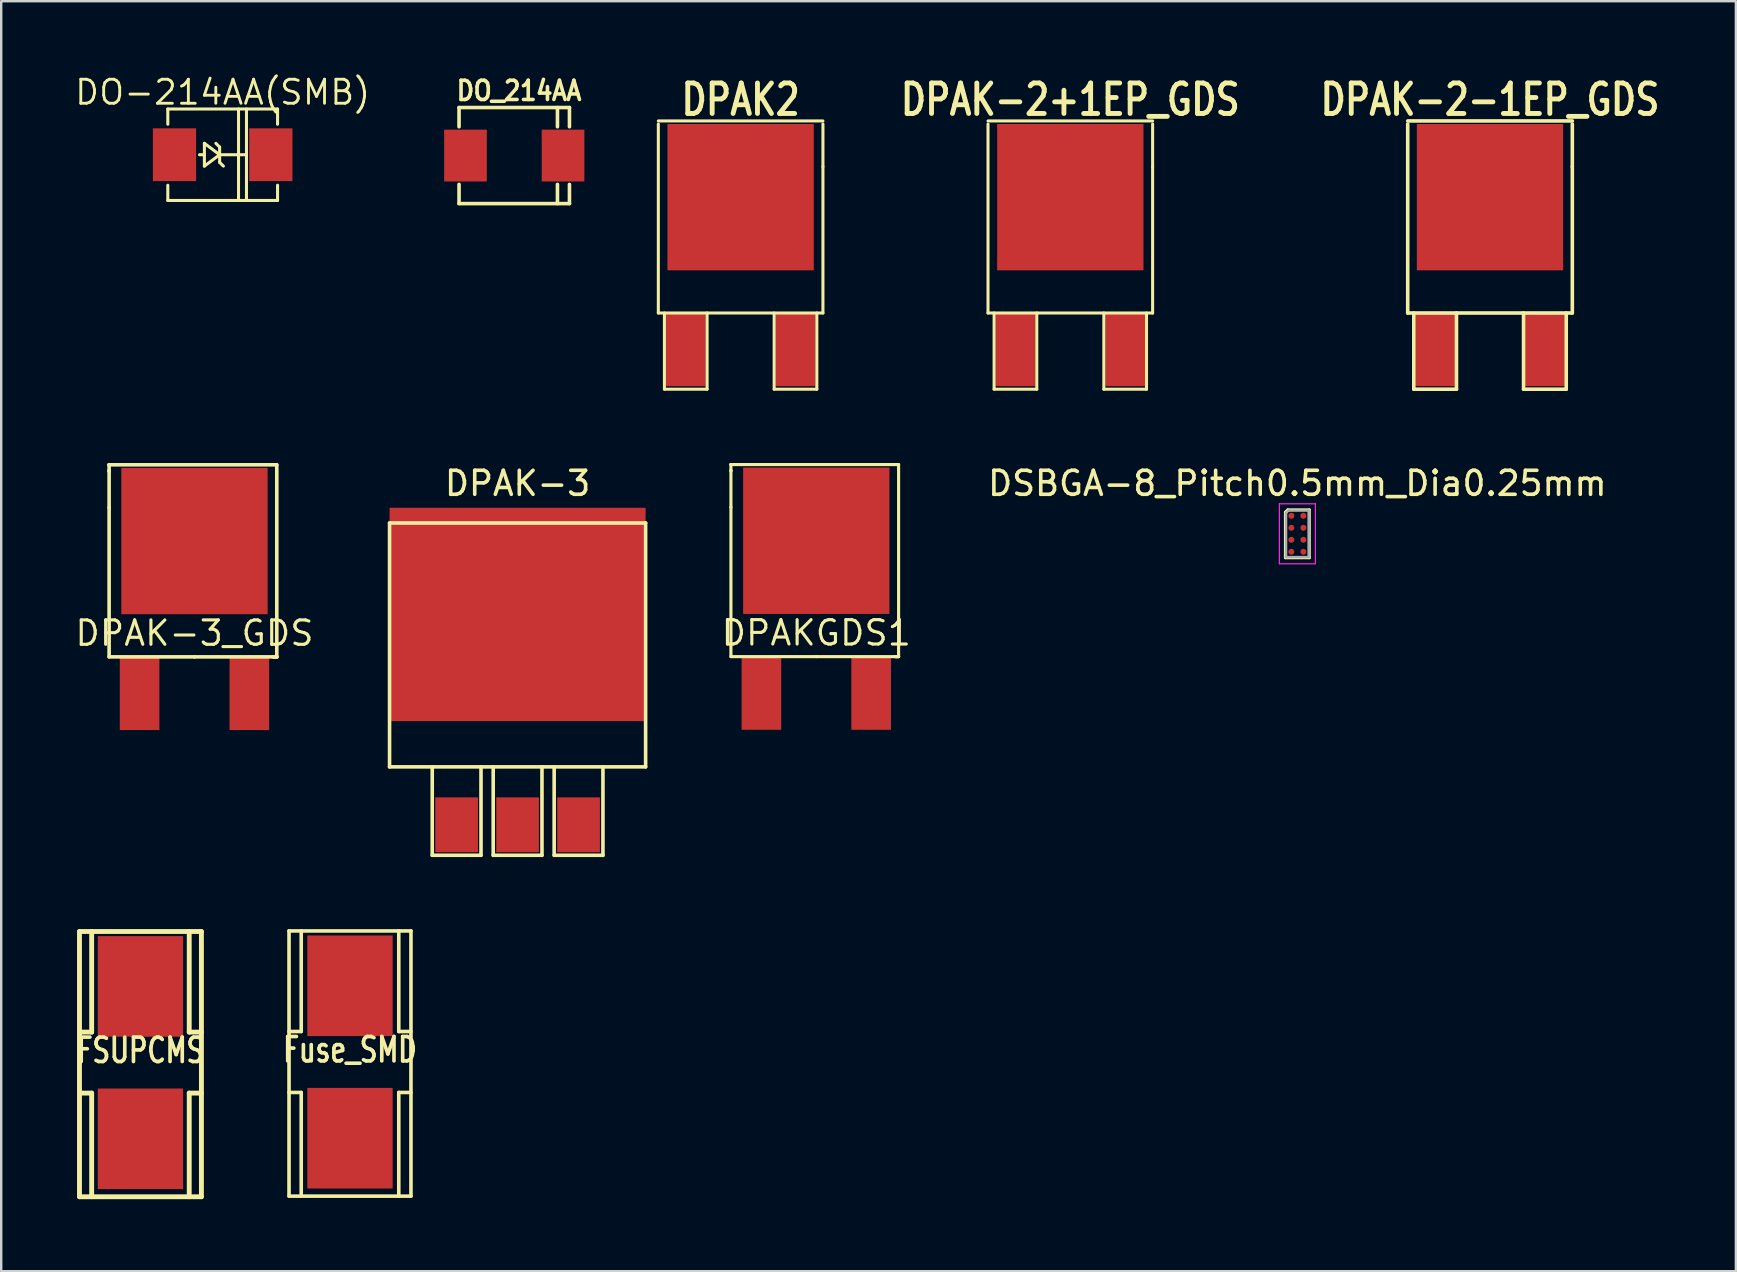
<source format=kicad_pcb>
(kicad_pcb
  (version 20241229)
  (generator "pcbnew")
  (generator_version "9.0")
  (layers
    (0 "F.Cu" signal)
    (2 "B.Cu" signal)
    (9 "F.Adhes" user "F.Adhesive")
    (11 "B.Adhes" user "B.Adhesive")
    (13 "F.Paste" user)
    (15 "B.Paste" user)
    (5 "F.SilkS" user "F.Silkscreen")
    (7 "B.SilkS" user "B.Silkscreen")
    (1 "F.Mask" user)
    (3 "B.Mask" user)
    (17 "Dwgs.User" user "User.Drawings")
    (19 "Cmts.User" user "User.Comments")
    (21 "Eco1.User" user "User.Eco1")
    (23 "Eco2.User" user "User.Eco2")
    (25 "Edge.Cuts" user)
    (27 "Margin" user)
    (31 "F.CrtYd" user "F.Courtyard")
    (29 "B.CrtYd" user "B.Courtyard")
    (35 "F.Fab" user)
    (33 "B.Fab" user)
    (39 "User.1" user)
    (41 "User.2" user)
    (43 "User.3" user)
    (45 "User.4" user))
  (footprint "DO-214AA(SMB)"
    (layer "F.Cu")
    (at 6.227 3.396)
    (property "Reference" "DO-214AA(SMB)" (at 0 -2.601 0) (layer "F.SilkS") (effects (font (size 1.001 1.001) (thickness 0.119))))
    (attr smd)
    (fp_line (start -2.286 -1.905) (end 2.286 -1.905) (stroke (width 0.127) (type solid)) (layer "F.SilkS"))
    (fp_line (start -2.286 -1.27) (end -2.286 -1.905) (stroke (width 0.127) (type solid)) (layer "F.SilkS"))
    (fp_line (start -2.286 1.27) (end -2.286 1.905) (stroke (width 0.127) (type solid)) (layer "F.SilkS"))
    (fp_line (start -2.286 1.905) (end 2.286 1.905) (stroke (width 0.127) (type solid)) (layer "F.SilkS"))
    (fp_line (start -0.762 -0.475) (end -0.762 0) (stroke (width 0.127) (type solid)) (layer "F.SilkS"))
    (fp_line (start -0.762 0) (end -0.965 0) (stroke (width 0.127) (type solid)) (layer "F.SilkS"))
    (fp_line (start -0.762 0) (end -0.762 0.475) (stroke (width 0.127) (type solid)) (layer "F.SilkS"))
    (fp_line (start -0.762 0.475) (end -0.127 0) (stroke (width 0.127) (type solid)) (layer "F.SilkS"))
    (fp_line (start -0.127 -0.318) (end -0.284 -0.475) (stroke (width 0.127) (type solid)) (layer "F.SilkS"))
    (fp_line (start -0.127 0) (end -0.762 -0.475) (stroke (width 0.127) (type solid)) (layer "F.SilkS"))
    (fp_line (start -0.127 0) (end -0.127 -0.318) (stroke (width 0.127) (type solid)) (layer "F.SilkS"))
    (fp_line (start -0.127 0) (end -0.127 0.318) (stroke (width 0.127) (type solid)) (layer "F.SilkS"))
    (fp_line (start -0.127 0) (end 0.983 0) (stroke (width 0.127) (type solid)) (layer "F.SilkS"))
    (fp_line (start -0.127 0.318) (end 0.03 0.475) (stroke (width 0.127) (type solid)) (layer "F.SilkS"))
    (fp_line (start 0.66 1.905) (end 0.66 -1.905) (stroke (width 0.127) (type solid)) (layer "F.SilkS"))
    (fp_line (start 0.991 1.905) (end 0.991 -1.905) (stroke (width 0.127) (type solid)) (layer "F.SilkS"))
    (fp_line (start 2.286 -1.905) (end 2.286 -1.27) (stroke (width 0.127) (type solid)) (layer "F.SilkS"))
    (fp_line (start 2.286 1.905) (end 2.286 1.27) (stroke (width 0.127) (type solid)) (layer "F.SilkS"))
    (pad "1" smd rect (at -2.007 0) (size 1.801 2.2) (layers "F.Cu" "F.Mask" "F.Paste"))
    (pad "2" smd rect (at 2.007 0) (size 1.801 2.2) (layers "F.Cu" "F.Mask" "F.Paste")))
  (footprint "DO_214AA"
    (layer "F.Cu")
    (at 18.374 3.431)
    (property "Reference" "DO_214AA" (at 0.2 -2.7 0) (layer "F.SilkS") (effects (font (size 0.8 0.7) (thickness 0.15))))
    (attr smd)
    (fp_line (start -2.3 -2) (end 2.3 -2) (stroke (width 0.15) (type solid)) (layer "F.SilkS"))
    (fp_line (start -2.3 -1.2) (end -2.3 -2) (stroke (width 0.15) (type solid)) (layer "F.SilkS"))
    (fp_line (start -2.3 1.2) (end -2.3 2) (stroke (width 0.15) (type solid)) (layer "F.SilkS"))
    (fp_line (start -2.3 2) (end 2.3 2) (stroke (width 0.15) (type solid)) (layer "F.SilkS"))
    (fp_line (start 1.8 -2) (end 1.8 -1.2) (stroke (width 0.15) (type solid)) (layer "F.SilkS"))
    (fp_line (start 1.8 2) (end 1.8 1.2) (stroke (width 0.15) (type solid)) (layer "F.SilkS"))
    (fp_line (start 2.3 -2) (end 2.3 -1.2) (stroke (width 0.15) (type solid)) (layer "F.SilkS"))
    (fp_line (start 2.3 2) (end 2.3 1.2) (stroke (width 0.15) (type solid)) (layer "F.SilkS"))
    (pad "1" smd rect (at -2.032 0) (size 1.778 2.159) (layers "F.Cu" "F.Mask" "F.Paste"))
    (pad "2" smd rect (at 2.032 0) (size 1.778 2.159) (layers "F.Cu" "F.Mask" "F.Paste")))
  (footprint "DSBGA-8_Pitch0.5mm_Dia0.25mm"
    (layer "F.Cu")
    (at 50.999 19.188)
    (property "Reference" "DSBGA-8_Pitch0.5mm_Dia0.25mm" (at 0 -2.1 0) (layer "F.SilkS") (effects (font (size 1 1) (thickness 0.15))))
    (attr smd)
    (fp_line (start -0.5 -0.9) (end -0.5 1) (stroke (width 0.12) (type solid)) (layer "F.SilkS"))
    (fp_line (start -0.5 -0.9) (end -0.4 -1) (stroke (width 0.12) (type solid)) (layer "F.SilkS"))
    (fp_line (start -0.5 1) (end 0.5 1) (stroke (width 0.12) (type solid)) (layer "F.SilkS"))
    (fp_line (start 0.5 -1) (end -0.4 -1) (stroke (width 0.12) (type solid)) (layer "F.SilkS"))
    (fp_line (start 0.5 1) (end 0.5 -1) (stroke (width 0.12) (type solid)) (layer "F.SilkS"))
    (fp_line (start -0.75 -1.25) (end -0.75 1.25) (stroke (width 0.05) (type solid)) (layer "F.CrtYd"))
    (fp_line (start -0.75 1.25) (end 0.75 1.25) (stroke (width 0.05) (type solid)) (layer "F.CrtYd"))
    (fp_line (start 0.75 -1.25) (end -0.75 -1.25) (stroke (width 0.05) (type solid)) (layer "F.CrtYd"))
    (fp_line (start 0.75 1.25) (end 0.75 -1.25) (stroke (width 0.05) (type solid)) (layer "F.CrtYd"))
    (fp_line (start -0.47 -0.87) (end -0.47 0.97) (stroke (width 0.1) (type solid)) (layer "F.Fab"))
    (fp_line (start -0.47 -0.87) (end -0.37 -0.97) (stroke (width 0.1) (type solid)) (layer "F.Fab"))
    (fp_line (start -0.47 0.97) (end 0.47 0.97) (stroke (width 0.1) (type solid)) (layer "F.Fab"))
    (fp_line (start 0.47 -0.97) (end -0.37 -0.97) (stroke (width 0.1) (type solid)) (layer "F.Fab"))
    (fp_line (start 0.47 0.97) (end 0.47 -0.97) (stroke (width 0.1) (type solid)) (layer "F.Fab"))
    (pad "A1" smd circle (at -0.25 -0.75) (size 0.25 0.25) (layers "F.Cu" "F.Mask" "F.Paste"))
    (pad "A2" smd circle (at 0.25 -0.75) (size 0.25 0.25) (layers "F.Cu" "F.Mask" "F.Paste"))
    (pad "B1" smd circle (at -0.25 -0.25) (size 0.25 0.25) (layers "F.Cu" "F.Mask" "F.Paste"))
    (pad "B2" smd circle (at 0.25 -0.25) (size 0.25 0.25) (layers "F.Cu" "F.Mask" "F.Paste"))
    (pad "C1" smd circle (at -0.25 0.25) (size 0.25 0.25) (layers "F.Cu" "F.Mask" "F.Paste"))
    (pad "C2" smd circle (at 0.25 0.25) (size 0.25 0.25) (layers "F.Cu" "F.Mask" "F.Paste"))
    (pad "D1" smd circle (at -0.25 0.75) (size 0.25 0.25) (layers "F.Cu" "F.Mask" "F.Paste"))
    (pad "D2" smd circle (at 0.25 0.75) (size 0.25 0.25) (layers "F.Cu" "F.Mask" "F.Paste")))
  (footprint "Fuse_SMD"
    (layer "F.Cu")
    (at 11.531 41.193)
    (property "Reference" "Fuse_SMD" (at 0 -0.508 0) (layer "F.SilkS") (effects (font (size 1.016 0.762) (thickness 0.152))))
    (attr smd)
    (fp_line (start -2.54 -5.461) (end -2.54 5.588) (stroke (width 0.15) (type solid)) (layer "F.SilkS"))
    (fp_line (start -2.54 -5.461) (end 2.54 -5.461) (stroke (width 0.15) (type solid)) (layer "F.SilkS"))
    (fp_line (start -2.032 -5.461) (end -2.032 -1.27) (stroke (width 0.15) (type solid)) (layer "F.SilkS"))
    (fp_line (start -2.032 -1.27) (end -2.54 -1.27) (stroke (width 0.15) (type solid)) (layer "F.SilkS"))
    (fp_line (start -2.032 1.27) (end -2.54 1.27) (stroke (width 0.15) (type solid)) (layer "F.SilkS"))
    (fp_line (start -2.032 5.588) (end -2.032 1.27) (stroke (width 0.15) (type solid)) (layer "F.SilkS"))
    (fp_line (start 2.032 -5.461) (end 2.032 -1.27) (stroke (width 0.15) (type solid)) (layer "F.SilkS"))
    (fp_line (start 2.032 -1.27) (end 2.54 -1.27) (stroke (width 0.15) (type solid)) (layer "F.SilkS"))
    (fp_line (start 2.032 1.27) (end 2.54 1.27) (stroke (width 0.15) (type solid)) (layer "F.SilkS"))
    (fp_line (start 2.032 5.588) (end 2.032 1.27) (stroke (width 0.15) (type solid)) (layer "F.SilkS"))
    (fp_line (start 2.54 5.588) (end -2.54 5.588) (stroke (width 0.15) (type solid)) (layer "F.SilkS"))
    (fp_line (start 2.54 5.588) (end 2.54 -5.461) (stroke (width 0.15) (type solid)) (layer "F.SilkS"))
    (pad "1" smd rect (at 0 -3.175) (size 3.556 4.191) (layers "F.Cu" "F.Mask" "F.Paste"))
    (pad "2" smd rect (at 0 3.175) (size 3.556 4.191) (layers "F.Cu" "F.Mask" "F.Paste")))
  (footprint "FSUPCMS"
    (layer "F.Cu")
    (at 2.801 41.219)
    (property "Reference" "FSUPCMS" (at 0 -0.508 0) (layer "F.SilkS") (effects (font (size 1.016 0.762) (thickness 0.152))))
    (attr smd)
    (fp_line (start -2.54 -5.461) (end -2.54 5.588) (stroke (width 0.203) (type solid)) (layer "F.SilkS"))
    (fp_line (start -2.54 -5.461) (end 2.54 -5.461) (stroke (width 0.203) (type solid)) (layer "F.SilkS"))
    (fp_line (start -2.032 -5.461) (end -2.032 -1.27) (stroke (width 0.203) (type solid)) (layer "F.SilkS"))
    (fp_line (start -2.032 -1.27) (end -2.54 -1.27) (stroke (width 0.203) (type solid)) (layer "F.SilkS"))
    (fp_line (start -2.032 1.27) (end -2.54 1.27) (stroke (width 0.203) (type solid)) (layer "F.SilkS"))
    (fp_line (start -2.032 5.588) (end -2.032 1.27) (stroke (width 0.203) (type solid)) (layer "F.SilkS"))
    (fp_line (start 2.032 -5.461) (end 2.032 -1.27) (stroke (width 0.203) (type solid)) (layer "F.SilkS"))
    (fp_line (start 2.032 -1.27) (end 2.54 -1.27) (stroke (width 0.203) (type solid)) (layer "F.SilkS"))
    (fp_line (start 2.032 1.27) (end 2.54 1.27) (stroke (width 0.203) (type solid)) (layer "F.SilkS"))
    (fp_line (start 2.032 5.588) (end 2.032 1.27) (stroke (width 0.203) (type solid)) (layer "F.SilkS"))
    (fp_line (start 2.54 5.588) (end -2.54 5.588) (stroke (width 0.203) (type solid)) (layer "F.SilkS"))
    (fp_line (start 2.54 5.588) (end 2.54 -5.461) (stroke (width 0.203) (type solid)) (layer "F.SilkS"))
    (pad "1" smd rect (at 0 -3.175) (size 3.556 4.191) (layers "F.Cu" "F.Mask" "F.Paste"))
    (pad "2" smd rect (at 0 3.175) (size 3.556 4.191) (layers "F.Cu" "F.Mask" "F.Paste")))
  (footprint "DPAK-2+1EP_GDS"
    (layer "F.Cu")
    (at 41.54 11.514)
    (property "Reference" "DPAK-2+1EP_GDS" (at 0 -10.414 0) (layer "F.SilkS") (effects (font (size 1.27 1.016) (thickness 0.203))))
    (attr smd)
    (fp_line (start -3.429 -9.525) (end 3.429 -9.525) (stroke (width 0.127) (type solid)) (layer "F.SilkS"))
    (fp_line (start -3.429 -1.524) (end -3.429 -9.398) (stroke (width 0.127) (type solid)) (layer "F.SilkS"))
    (fp_line (start -3.175 -1.524) (end -3.175 1.651) (stroke (width 0.127) (type solid)) (layer "F.SilkS"))
    (fp_line (start -3.175 1.651) (end -1.397 1.651) (stroke (width 0.127) (type solid)) (layer "F.SilkS"))
    (fp_line (start -1.397 1.651) (end -1.397 -1.524) (stroke (width 0.127) (type solid)) (layer "F.SilkS"))
    (fp_line (start 1.397 -1.524) (end 1.397 1.651) (stroke (width 0.127) (type solid)) (layer "F.SilkS"))
    (fp_line (start 1.397 1.651) (end 3.175 1.651) (stroke (width 0.127) (type solid)) (layer "F.SilkS"))
    (fp_line (start 3.175 1.651) (end 3.175 -1.524) (stroke (width 0.127) (type solid)) (layer "F.SilkS"))
    (fp_line (start 3.429 -9.398) (end 3.429 -7.62) (stroke (width 0.127) (type solid)) (layer "F.SilkS"))
    (fp_line (start 3.429 -7.62) (end 3.429 -1.524) (stroke (width 0.127) (type solid)) (layer "F.SilkS"))
    (fp_line (start 3.429 -1.524) (end -3.429 -1.524) (stroke (width 0.127) (type solid)) (layer "F.SilkS"))
    (pad "D" smd rect (at 0 -6.35) (size 6.096 6.096) (layers "F.Cu" "F.Mask" "F.Paste"))
    (pad "G" smd rect (at -2.286 0) (size 1.651 3.048) (layers "F.Cu" "F.Mask" "F.Paste"))
    (pad "S" smd rect (at 2.286 0) (size 1.651 3.048) (layers "F.Cu" "F.Mask" "F.Paste")))
  (footprint "DPAK2"
    (layer "F.Cu")
    (at 27.805 11.514)
    (property "Reference" "DPAK2" (at 0 -10.414 0) (layer "F.SilkS") (effects (font (size 1.27 1.016) (thickness 0.203))))
    (attr smd)
    (fp_line (start -3.429 -9.525) (end 3.429 -9.525) (stroke (width 0.127) (type solid)) (layer "F.SilkS"))
    (fp_line (start -3.429 -1.524) (end -3.429 -9.398) (stroke (width 0.127) (type solid)) (layer "F.SilkS"))
    (fp_line (start -3.175 -1.524) (end -3.175 1.651) (stroke (width 0.127) (type solid)) (layer "F.SilkS"))
    (fp_line (start -3.175 1.651) (end -1.397 1.651) (stroke (width 0.127) (type solid)) (layer "F.SilkS"))
    (fp_line (start -1.397 1.651) (end -1.397 -1.524) (stroke (width 0.127) (type solid)) (layer "F.SilkS"))
    (fp_line (start 1.397 -1.524) (end 1.397 1.651) (stroke (width 0.127) (type solid)) (layer "F.SilkS"))
    (fp_line (start 1.397 1.651) (end 3.175 1.651) (stroke (width 0.127) (type solid)) (layer "F.SilkS"))
    (fp_line (start 3.175 1.651) (end 3.175 -1.524) (stroke (width 0.127) (type solid)) (layer "F.SilkS"))
    (fp_line (start 3.429 -9.398) (end 3.429 -7.62) (stroke (width 0.127) (type solid)) (layer "F.SilkS"))
    (fp_line (start 3.429 -7.62) (end 3.429 -1.524) (stroke (width 0.127) (type solid)) (layer "F.SilkS"))
    (fp_line (start 3.429 -1.524) (end -3.429 -1.524) (stroke (width 0.127) (type solid)) (layer "F.SilkS"))
    (pad "1" smd rect (at -2.286 0) (size 1.651 3.048) (layers "F.Cu" "F.Mask" "F.Paste"))
    (pad "2" smd rect (at 0 -6.35) (size 6.096 6.096) (layers "F.Cu" "F.Mask" "F.Paste"))
    (pad "3" smd rect (at 2.286 0) (size 1.651 3.048) (layers "F.Cu" "F.Mask" "F.Paste")))
  (footprint "DPAK-2-1EP_GDS"
    (layer "F.Cu")
    (at 59.025 11.514)
    (property "Reference" "DPAK-2-1EP_GDS" (at 0 -10.414 0) (layer "F.SilkS") (effects (font (size 1.27 1.016) (thickness 0.203))))
    (attr smd)
    (fp_line (start -3.429 -9.525) (end 3.429 -9.525) (stroke (width 0.15) (type solid)) (layer "F.SilkS"))
    (fp_line (start -3.429 -1.524) (end -3.429 -9.398) (stroke (width 0.15) (type solid)) (layer "F.SilkS"))
    (fp_line (start -3.175 -1.524) (end -3.175 1.651) (stroke (width 0.15) (type solid)) (layer "F.SilkS"))
    (fp_line (start -3.175 1.651) (end -1.397 1.651) (stroke (width 0.15) (type solid)) (layer "F.SilkS"))
    (fp_line (start -1.397 1.651) (end -1.397 -1.524) (stroke (width 0.15) (type solid)) (layer "F.SilkS"))
    (fp_line (start 1.397 -1.524) (end 1.397 1.651) (stroke (width 0.15) (type solid)) (layer "F.SilkS"))
    (fp_line (start 1.397 1.651) (end 3.175 1.651) (stroke (width 0.15) (type solid)) (layer "F.SilkS"))
    (fp_line (start 3.175 1.651) (end 3.175 -1.524) (stroke (width 0.15) (type solid)) (layer "F.SilkS"))
    (fp_line (start 3.429 -9.398) (end 3.429 -7.62) (stroke (width 0.15) (type solid)) (layer "F.SilkS"))
    (fp_line (start 3.429 -7.62) (end 3.429 -1.524) (stroke (width 0.15) (type solid)) (layer "F.SilkS"))
    (fp_line (start 3.429 -1.524) (end -3.429 -1.524) (stroke (width 0.15) (type solid)) (layer "F.SilkS"))
    (pad "D" smd rect (at 0 -6.35) (size 6.096 6.096) (layers "F.Cu" "F.Mask" "F.Paste"))
    (pad "G" smd rect (at -2.286 0) (size 1.651 3.048) (layers "F.Cu" "F.Mask" "F.Paste"))
    (pad "S" smd rect (at 2.286 0) (size 1.651 3.048) (layers "F.Cu" "F.Mask" "F.Paste")))
  (footprint "DPAK-3_GDS"
    (layer "F.Cu")
    (at 5.052 23.427)
    (property "Reference" "DPAK-3_GDS" (at 0 -0.099 0) (layer "F.SilkS") (effects (font (size 1.016 1.016) (thickness 0.13))))
    (attr smd)
    (fp_line (start -3.556 -7.112) (end -3.556 -7.112) (stroke (width 0.15) (type solid)) (layer "F.SilkS"))
    (fp_line (start -3.556 -7.112) (end -3.556 -7.112) (stroke (width 0.15) (type solid)) (layer "F.SilkS"))
    (fp_line (start -3.556 -6.858) (end -3.556 -7.112) (stroke (width 0.15) (type solid)) (layer "F.SilkS"))
    (fp_line (start -3.556 -6.858) (end -3.556 -6.858) (stroke (width 0.15) (type solid)) (layer "F.SilkS"))
    (fp_line (start -3.556 -6.858) (end -3.556 -6.858) (stroke (width 0.15) (type solid)) (layer "F.SilkS"))
    (fp_line (start -3.556 -5.334) (end -3.556 -6.858) (stroke (width 0.15) (type solid)) (layer "F.SilkS"))
    (fp_line (start -3.556 -5.334) (end -3.556 0.889) (stroke (width 0.15) (type solid)) (layer "F.SilkS"))
    (fp_line (start -3.556 0.889) (end 0 0.889) (stroke (width 0.15) (type solid)) (layer "F.SilkS"))
    (fp_line (start 0 0.889) (end 3.429 0.889) (stroke (width 0.15) (type solid)) (layer "F.SilkS"))
    (fp_line (start 3.302 0.889) (end 3.302 0.889) (stroke (width 0.15) (type solid)) (layer "F.SilkS"))
    (fp_line (start 3.302 0.889) (end 3.429 0.889) (stroke (width 0.15) (type solid)) (layer "F.SilkS"))
    (fp_line (start 3.429 -7.112) (end -3.556 -7.112) (stroke (width 0.15) (type solid)) (layer "F.SilkS"))
    (fp_line (start 3.429 0.889) (end 3.302 0.889) (stroke (width 0.15) (type solid)) (layer "F.SilkS"))
    (fp_line (start 3.429 0.889) (end 3.429 -7.112) (stroke (width 0.15) (type solid)) (layer "F.SilkS"))
    (pad "D" smd rect (at 0 -3.937) (size 6.096 6.096) (layers "F.Cu" "F.Mask" "F.Paste"))
    (pad "G" smd rect (at -2.286 2.413) (size 1.651 3.048) (layers "F.Cu" "F.Mask" "F.Paste"))
    (pad "S" smd rect (at 2.286 2.413) (size 1.651 3.048) (layers "F.Cu" "F.Mask" "F.Paste")))
  (footprint "DPAK-3"
    (layer "F.Cu")
    (at 18.513 31.312)
    (property "Reference" "DPAK-3" (at 0 -14.224 0) (layer "F.SilkS") (effects (font (size 1 1) (thickness 0.15))))
    (attr through_hole)
    (fp_line (start -5.334 -12.573) (end -5.334 -2.413) (stroke (width 0.15) (type solid)) (layer "F.SilkS"))
    (fp_line (start -5.334 -2.413) (end 5.334 -2.413) (stroke (width 0.15) (type solid)) (layer "F.SilkS"))
    (fp_line (start -3.556 -2.413) (end -3.556 1.27) (stroke (width 0.15) (type solid)) (layer "F.SilkS"))
    (fp_line (start -3.556 1.27) (end -1.524 1.27) (stroke (width 0.15) (type solid)) (layer "F.SilkS"))
    (fp_line (start -1.524 1.27) (end -1.524 -2.413) (stroke (width 0.15) (type solid)) (layer "F.SilkS"))
    (fp_line (start -1.016 -2.413) (end -1.016 1.27) (stroke (width 0.15) (type solid)) (layer "F.SilkS"))
    (fp_line (start -1.016 1.27) (end 1.016 1.27) (stroke (width 0.15) (type solid)) (layer "F.SilkS"))
    (fp_line (start 1.016 1.27) (end 1.016 -2.413) (stroke (width 0.15) (type solid)) (layer "F.SilkS"))
    (fp_line (start 1.524 -2.413) (end 1.524 1.27) (stroke (width 0.15) (type solid)) (layer "F.SilkS"))
    (fp_line (start 1.524 1.27) (end 3.556 1.27) (stroke (width 0.15) (type solid)) (layer "F.SilkS"))
    (fp_line (start 3.556 1.27) (end 3.556 -2.413) (stroke (width 0.15) (type solid)) (layer "F.SilkS"))
    (fp_line (start 5.334 -12.573) (end -5.334 -12.573) (stroke (width 0.15) (type solid)) (layer "F.SilkS"))
    (fp_line (start 5.334 -2.413) (end 5.334 -12.573) (stroke (width 0.15) (type solid)) (layer "F.SilkS"))
    (pad "1" smd rect (at -2.54 0) (size 1.778 2.286) (layers "F.Cu" "F.Mask" "F.Paste"))
    (pad "2" smd rect (at 0 -8.763) (size 10.668 8.89) (layers "F.Cu" "F.Mask" "F.Paste"))
    (pad "2" smd rect (at 0 0) (size 1.778 2.286) (layers "F.Cu" "F.Mask" "F.Paste"))
    (pad "3" smd rect (at 2.54 0) (size 1.778 2.286) (layers "F.Cu" "F.Mask" "F.Paste")))
  (footprint "DPAKGDS1"
    (layer "F.Cu")
    (at 30.957 23.416)
    (property "Reference" "DPAKGDS1" (at 0 -0.099 0) (layer "F.SilkS") (effects (font (size 1.016 1.016) (thickness 0.13))))
    (attr smd)
    (fp_line (start -3.556 -7.112) (end -3.556 -7.112) (stroke (width 0.13) (type solid)) (layer "F.SilkS"))
    (fp_line (start -3.556 -7.112) (end -3.556 -7.112) (stroke (width 0.13) (type solid)) (layer "F.SilkS"))
    (fp_line (start -3.556 -6.858) (end -3.556 -7.112) (stroke (width 0.13) (type solid)) (layer "F.SilkS"))
    (fp_line (start -3.556 -6.858) (end -3.556 -6.858) (stroke (width 0.13) (type solid)) (layer "F.SilkS"))
    (fp_line (start -3.556 -6.858) (end -3.556 -6.858) (stroke (width 0.13) (type solid)) (layer "F.SilkS"))
    (fp_line (start -3.556 -5.334) (end -3.556 -6.858) (stroke (width 0.13) (type solid)) (layer "F.SilkS"))
    (fp_line (start -3.556 -5.334) (end -3.556 0.889) (stroke (width 0.13) (type solid)) (layer "F.SilkS"))
    (fp_line (start -3.556 0.889) (end 0 0.889) (stroke (width 0.13) (type solid)) (layer "F.SilkS"))
    (fp_line (start 0 0.889) (end 3.429 0.889) (stroke (width 0.13) (type solid)) (layer "F.SilkS"))
    (fp_line (start 3.302 0.889) (end 3.302 0.889) (stroke (width 0.13) (type solid)) (layer "F.SilkS"))
    (fp_line (start 3.302 0.889) (end 3.429 0.889) (stroke (width 0.13) (type solid)) (layer "F.SilkS"))
    (fp_line (start 3.429 -7.112) (end -3.556 -7.112) (stroke (width 0.13) (type solid)) (layer "F.SilkS"))
    (fp_line (start 3.429 0.889) (end 3.302 0.889) (stroke (width 0.13) (type solid)) (layer "F.SilkS"))
    (fp_line (start 3.429 0.889) (end 3.429 -7.112) (stroke (width 0.13) (type solid)) (layer "F.SilkS"))
    (pad "D" smd rect (at 0 -3.937) (size 6.096 6.096) (layers "F.Cu" "F.Mask" "F.Paste"))
    (pad "G" smd rect (at -2.286 2.413) (size 1.651 3.048) (layers "F.Cu" "F.Mask" "F.Paste"))
    (pad "S" smd rect (at 2.286 2.413) (size 1.651 3.048) (layers "F.Cu" "F.Mask" "F.Paste")))
  (gr_rect
    (start -3 -3)
    (end 69.268 49.909)
    (stroke (width 0.1) (type default))
    (fill no)
    (layer "Edge.Cuts")))
</source>
